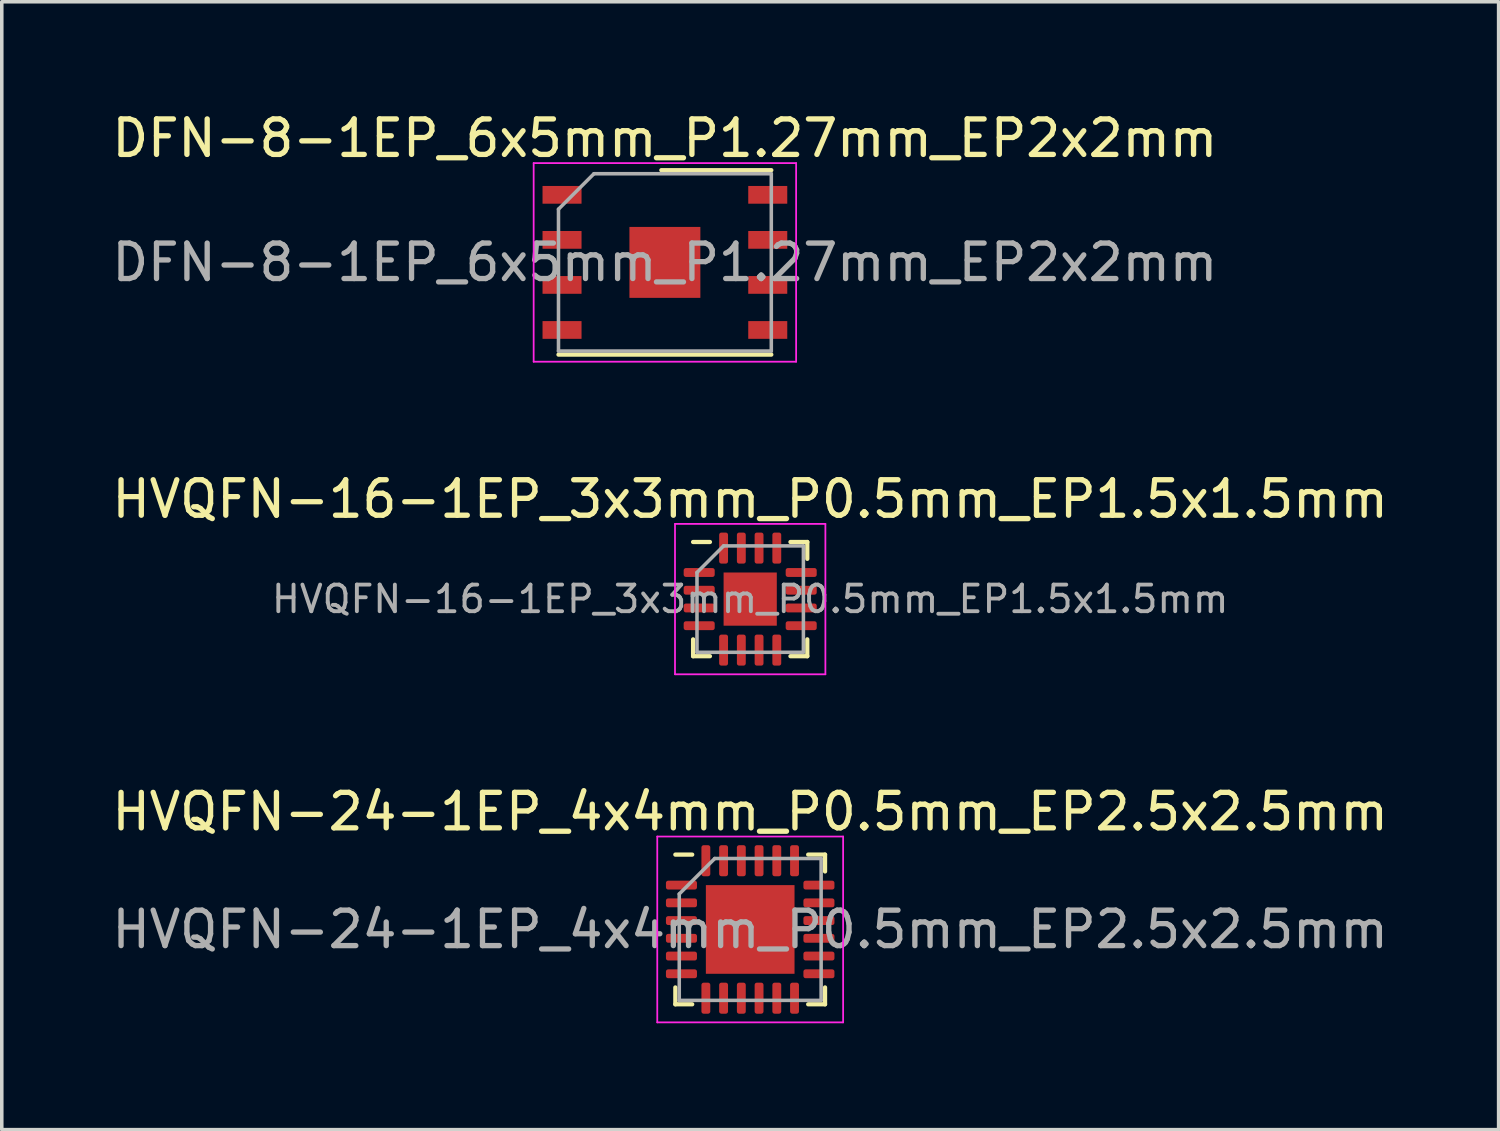
<source format=kicad_pcb>
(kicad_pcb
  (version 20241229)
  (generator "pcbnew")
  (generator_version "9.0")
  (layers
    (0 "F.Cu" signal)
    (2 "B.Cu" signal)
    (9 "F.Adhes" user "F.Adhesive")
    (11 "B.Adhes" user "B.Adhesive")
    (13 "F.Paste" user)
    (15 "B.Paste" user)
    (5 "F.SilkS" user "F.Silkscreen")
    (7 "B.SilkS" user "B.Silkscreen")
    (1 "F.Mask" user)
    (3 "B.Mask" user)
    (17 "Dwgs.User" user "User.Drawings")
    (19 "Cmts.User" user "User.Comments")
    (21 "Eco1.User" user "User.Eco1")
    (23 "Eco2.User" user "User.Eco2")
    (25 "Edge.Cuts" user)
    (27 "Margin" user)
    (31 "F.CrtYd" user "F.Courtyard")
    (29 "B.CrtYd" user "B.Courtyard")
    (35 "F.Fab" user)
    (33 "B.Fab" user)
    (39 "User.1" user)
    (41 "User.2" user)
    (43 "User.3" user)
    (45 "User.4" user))
  (footprint "DFN-8-1EP_6x5mm_P1.27mm_EP2x2mm"
    (layer "F.Cu")
    (at 15.696 4.348)
    (property "Reference" "DFN-8-1EP_6x5mm_P1.27mm_EP2x2mm" (at 0 -3.5 0) (layer "F.SilkS") (effects (font (size 1 1) (thickness 0.15))))
    (attr smd)
    (fp_line (start -3 2.6) (end 3 2.6) (stroke (width 0.12) (type solid)) (layer "F.SilkS"))
    (fp_line (start -0.1 -2.6) (end 3 -2.6) (stroke (width 0.12) (type solid)) (layer "F.SilkS"))
    (fp_line (start -3.7 -2.8) (end 3.7 -2.8) (stroke (width 0.05) (type solid)) (layer "F.CrtYd"))
    (fp_line (start -3.7 2.8) (end -3.7 -2.8) (stroke (width 0.05) (type solid)) (layer "F.CrtYd"))
    (fp_line (start 3.7 -2.8) (end 3.7 2.8) (stroke (width 0.05) (type solid)) (layer "F.CrtYd"))
    (fp_line (start 3.7 2.8) (end -3.7 2.8) (stroke (width 0.05) (type solid)) (layer "F.CrtYd"))
    (fp_line (start -3 2.5) (end -3 -1.5) (stroke (width 0.1) (type solid)) (layer "F.Fab"))
    (fp_line (start -2 -2.5) (end -3 -1.5) (stroke (width 0.1) (type solid)) (layer "F.Fab"))
    (fp_line (start -2 -2.5) (end 3 -2.5) (stroke (width 0.1) (type solid)) (layer "F.Fab"))
    (fp_line (start 3 -2.5) (end 3 2.5) (stroke (width 0.1) (type solid)) (layer "F.Fab"))
    (fp_line (start 3 2.5) (end -3 2.5) (stroke (width 0.1) (type solid)) (layer "F.Fab"))
    (fp_text user "${REFERENCE}" (at 0 0 0) (layer "F.Fab") (effects (font (size 1 1) (thickness 0.15))))
    (pad "" smd rect (at -0.5 -0.5 270) (size 0.8 0.8) (layers "F.Paste"))
    (pad "" smd rect (at -0.5 0.5 270) (size 0.8 0.8) (layers "F.Paste"))
    (pad "" smd rect (at 0.5 -0.5 270) (size 0.8 0.8) (layers "F.Paste"))
    (pad "" smd rect (at 0.5 0.5 270) (size 0.8 0.8) (layers "F.Paste"))
    (pad "1" smd rect (at -2.9 -1.905 270) (size 0.5 1.1) (layers "F.Cu" "F.Mask" "F.Paste"))
    (pad "2" smd rect (at -2.9 -0.635 270) (size 0.5 1.1) (layers "F.Cu" "F.Mask" "F.Paste"))
    (pad "3" smd rect (at -2.9 0.635 270) (size 0.5 1.1) (layers "F.Cu" "F.Mask" "F.Paste"))
    (pad "4" smd rect (at -2.9 1.905 270) (size 0.5 1.1) (layers "F.Cu" "F.Mask" "F.Paste"))
    (pad "5" smd rect (at 2.9 1.905 270) (size 0.5 1.1) (layers "F.Cu" "F.Mask" "F.Paste"))
    (pad "6" smd rect (at 2.9 0.635 270) (size 0.5 1.1) (layers "F.Cu" "F.Mask" "F.Paste"))
    (pad "7" smd rect (at 2.9 -0.635 270) (size 0.5 1.1) (layers "F.Cu" "F.Mask" "F.Paste"))
    (pad "8" smd rect (at 2.9 -1.905 270) (size 0.5 1.1) (layers "F.Cu" "F.Mask" "F.Paste"))
    (pad "9" smd rect (at 0 0 270) (size 2 2) (layers "F.Cu" "F.Mask")))
  (footprint "HVQFN-24-1EP_4x4mm_P0.5mm_EP2.5x2.5mm"
    (layer "F.Cu")
    (at 18.101 23.155)
    (property "Reference" "HVQFN-24-1EP_4x4mm_P0.5mm_EP2.5x2.5mm" (at 0 -3.32 0) (layer "F.SilkS") (effects (font (size 1 1) (thickness 0.15))))
    (attr smd)
    (fp_line (start -2.11 2.11) (end -2.11 1.635) (stroke (width 0.12) (type solid)) (layer "F.SilkS"))
    (fp_line (start -1.635 -2.11) (end -2.11 -2.11) (stroke (width 0.12) (type solid)) (layer "F.SilkS"))
    (fp_line (start -1.635 2.11) (end -2.11 2.11) (stroke (width 0.12) (type solid)) (layer "F.SilkS"))
    (fp_line (start 1.635 -2.11) (end 2.11 -2.11) (stroke (width 0.12) (type solid)) (layer "F.SilkS"))
    (fp_line (start 1.635 2.11) (end 2.11 2.11) (stroke (width 0.12) (type solid)) (layer "F.SilkS"))
    (fp_line (start 2.11 -2.11) (end 2.11 -1.635) (stroke (width 0.12) (type solid)) (layer "F.SilkS"))
    (fp_line (start 2.11 2.11) (end 2.11 1.635) (stroke (width 0.12) (type solid)) (layer "F.SilkS"))
    (fp_line (start -2.62 -2.62) (end -2.62 2.62) (stroke (width 0.05) (type solid)) (layer "F.CrtYd"))
    (fp_line (start -2.62 2.62) (end 2.62 2.62) (stroke (width 0.05) (type solid)) (layer "F.CrtYd"))
    (fp_line (start 2.62 -2.62) (end -2.62 -2.62) (stroke (width 0.05) (type solid)) (layer "F.CrtYd"))
    (fp_line (start 2.62 2.62) (end 2.62 -2.62) (stroke (width 0.05) (type solid)) (layer "F.CrtYd"))
    (fp_line (start -2 -1) (end -1 -2) (stroke (width 0.1) (type solid)) (layer "F.Fab"))
    (fp_line (start -2 2) (end -2 -1) (stroke (width 0.1) (type solid)) (layer "F.Fab"))
    (fp_line (start -1 -2) (end 2 -2) (stroke (width 0.1) (type solid)) (layer "F.Fab"))
    (fp_line (start 2 -2) (end 2 2) (stroke (width 0.1) (type solid)) (layer "F.Fab"))
    (fp_line (start 2 2) (end -2 2) (stroke (width 0.1) (type solid)) (layer "F.Fab"))
    (fp_text user "${REFERENCE}" (at 0 0 0) (layer "F.Fab") (effects (font (size 1 1) (thickness 0.15))))
    (pad "" smd roundrect (at -0.625 -0.625) (size 1.01 1.01) (layers "F.Paste") (roundrect_rratio 0.248))
    (pad "" smd roundrect (at -0.625 0.625) (size 1.01 1.01) (layers "F.Paste") (roundrect_rratio 0.248))
    (pad "" smd roundrect (at 0.625 -0.625) (size 1.01 1.01) (layers "F.Paste") (roundrect_rratio 0.248))
    (pad "" smd roundrect (at 0.625 0.625) (size 1.01 1.01) (layers "F.Paste") (roundrect_rratio 0.248))
    (pad "1" smd roundrect (at -1.938 -1.25) (size 0.875 0.25) (layers "F.Cu" "F.Mask" "F.Paste") (roundrect_rratio 0.25))
    (pad "2" smd roundrect (at -1.938 -0.75) (size 0.875 0.25) (layers "F.Cu" "F.Mask" "F.Paste") (roundrect_rratio 0.25))
    (pad "3" smd roundrect (at -1.938 -0.25) (size 0.875 0.25) (layers "F.Cu" "F.Mask" "F.Paste") (roundrect_rratio 0.25))
    (pad "4" smd roundrect (at -1.938 0.25) (size 0.875 0.25) (layers "F.Cu" "F.Mask" "F.Paste") (roundrect_rratio 0.25))
    (pad "5" smd roundrect (at -1.938 0.75) (size 0.875 0.25) (layers "F.Cu" "F.Mask" "F.Paste") (roundrect_rratio 0.25))
    (pad "6" smd roundrect (at -1.938 1.25) (size 0.875 0.25) (layers "F.Cu" "F.Mask" "F.Paste") (roundrect_rratio 0.25))
    (pad "7" smd roundrect (at -1.25 1.938) (size 0.25 0.875) (layers "F.Cu" "F.Mask" "F.Paste") (roundrect_rratio 0.25))
    (pad "8" smd roundrect (at -0.75 1.938) (size 0.25 0.875) (layers "F.Cu" "F.Mask" "F.Paste") (roundrect_rratio 0.25))
    (pad "9" smd roundrect (at -0.25 1.938) (size 0.25 0.875) (layers "F.Cu" "F.Mask" "F.Paste") (roundrect_rratio 0.25))
    (pad "10" smd roundrect (at 0.25 1.938) (size 0.25 0.875) (layers "F.Cu" "F.Mask" "F.Paste") (roundrect_rratio 0.25))
    (pad "11" smd roundrect (at 0.75 1.938) (size 0.25 0.875) (layers "F.Cu" "F.Mask" "F.Paste") (roundrect_rratio 0.25))
    (pad "12" smd roundrect (at 1.25 1.938) (size 0.25 0.875) (layers "F.Cu" "F.Mask" "F.Paste") (roundrect_rratio 0.25))
    (pad "13" smd roundrect (at 1.938 1.25) (size 0.875 0.25) (layers "F.Cu" "F.Mask" "F.Paste") (roundrect_rratio 0.25))
    (pad "14" smd roundrect (at 1.938 0.75) (size 0.875 0.25) (layers "F.Cu" "F.Mask" "F.Paste") (roundrect_rratio 0.25))
    (pad "15" smd roundrect (at 1.938 0.25) (size 0.875 0.25) (layers "F.Cu" "F.Mask" "F.Paste") (roundrect_rratio 0.25))
    (pad "16" smd roundrect (at 1.938 -0.25) (size 0.875 0.25) (layers "F.Cu" "F.Mask" "F.Paste") (roundrect_rratio 0.25))
    (pad "17" smd roundrect (at 1.938 -0.75) (size 0.875 0.25) (layers "F.Cu" "F.Mask" "F.Paste") (roundrect_rratio 0.25))
    (pad "18" smd roundrect (at 1.938 -1.25) (size 0.875 0.25) (layers "F.Cu" "F.Mask" "F.Paste") (roundrect_rratio 0.25))
    (pad "19" smd roundrect (at 1.25 -1.938) (size 0.25 0.875) (layers "F.Cu" "F.Mask" "F.Paste") (roundrect_rratio 0.25))
    (pad "20" smd roundrect (at 0.75 -1.938) (size 0.25 0.875) (layers "F.Cu" "F.Mask" "F.Paste") (roundrect_rratio 0.25))
    (pad "21" smd roundrect (at 0.25 -1.938) (size 0.25 0.875) (layers "F.Cu" "F.Mask" "F.Paste") (roundrect_rratio 0.25))
    (pad "22" smd roundrect (at -0.25 -1.938) (size 0.25 0.875) (layers "F.Cu" "F.Mask" "F.Paste") (roundrect_rratio 0.25))
    (pad "23" smd roundrect (at -0.75 -1.938) (size 0.25 0.875) (layers "F.Cu" "F.Mask" "F.Paste") (roundrect_rratio 0.25))
    (pad "24" smd roundrect (at -1.25 -1.938) (size 0.25 0.875) (layers "F.Cu" "F.Mask" "F.Paste") (roundrect_rratio 0.25))
    (pad "25" smd rect (at 0 0) (size 2.5 2.5) (layers "F.Cu" "F.Mask")))
  (footprint "HVQFN-16-1EP_3x3mm_P0.5mm_EP1.5x1.5mm"
    (layer "F.Cu")
    (at 18.101 13.841)
    (property "Reference" "HVQFN-16-1EP_3x3mm_P0.5mm_EP1.5x1.5mm" (at 0 -2.82 0) (layer "F.SilkS") (effects (font (size 1 1) (thickness 0.15))))
    (attr smd)
    (fp_line (start -1.61 1.61) (end -1.61 1.135) (stroke (width 0.12) (type solid)) (layer "F.SilkS"))
    (fp_line (start -1.135 -1.61) (end -1.61 -1.61) (stroke (width 0.12) (type solid)) (layer "F.SilkS"))
    (fp_line (start -1.135 1.61) (end -1.61 1.61) (stroke (width 0.12) (type solid)) (layer "F.SilkS"))
    (fp_line (start 1.135 -1.61) (end 1.61 -1.61) (stroke (width 0.12) (type solid)) (layer "F.SilkS"))
    (fp_line (start 1.135 1.61) (end 1.61 1.61) (stroke (width 0.12) (type solid)) (layer "F.SilkS"))
    (fp_line (start 1.61 -1.61) (end 1.61 -1.135) (stroke (width 0.12) (type solid)) (layer "F.SilkS"))
    (fp_line (start 1.61 1.61) (end 1.61 1.135) (stroke (width 0.12) (type solid)) (layer "F.SilkS"))
    (fp_line (start -2.12 -2.12) (end -2.12 2.12) (stroke (width 0.05) (type solid)) (layer "F.CrtYd"))
    (fp_line (start -2.12 2.12) (end 2.12 2.12) (stroke (width 0.05) (type solid)) (layer "F.CrtYd"))
    (fp_line (start 2.12 -2.12) (end -2.12 -2.12) (stroke (width 0.05) (type solid)) (layer "F.CrtYd"))
    (fp_line (start 2.12 2.12) (end 2.12 -2.12) (stroke (width 0.05) (type solid)) (layer "F.CrtYd"))
    (fp_line (start -1.5 -0.75) (end -0.75 -1.5) (stroke (width 0.1) (type solid)) (layer "F.Fab"))
    (fp_line (start -1.5 1.5) (end -1.5 -0.75) (stroke (width 0.1) (type solid)) (layer "F.Fab"))
    (fp_line (start -0.75 -1.5) (end 1.5 -1.5) (stroke (width 0.1) (type solid)) (layer "F.Fab"))
    (fp_line (start 1.5 -1.5) (end 1.5 1.5) (stroke (width 0.1) (type solid)) (layer "F.Fab"))
    (fp_line (start 1.5 1.5) (end -1.5 1.5) (stroke (width 0.1) (type solid)) (layer "F.Fab"))
    (fp_text user "${REFERENCE}" (at 0 0 0) (layer "F.Fab") (effects (font (size 0.75 0.75) (thickness 0.11))))
    (pad "" smd roundrect (at -0.375 -0.375) (size 0.6 0.6) (layers "F.Paste") (roundrect_rratio 0.25))
    (pad "" smd roundrect (at -0.375 0.375) (size 0.6 0.6) (layers "F.Paste") (roundrect_rratio 0.25))
    (pad "" smd roundrect (at 0.375 -0.375) (size 0.6 0.6) (layers "F.Paste") (roundrect_rratio 0.25))
    (pad "" smd roundrect (at 0.375 0.375) (size 0.6 0.6) (layers "F.Paste") (roundrect_rratio 0.25))
    (pad "1" smd roundrect (at -1.438 -0.75) (size 0.875 0.25) (layers "F.Cu" "F.Mask" "F.Paste") (roundrect_rratio 0.25))
    (pad "2" smd roundrect (at -1.438 -0.25) (size 0.875 0.25) (layers "F.Cu" "F.Mask" "F.Paste") (roundrect_rratio 0.25))
    (pad "3" smd roundrect (at -1.438 0.25) (size 0.875 0.25) (layers "F.Cu" "F.Mask" "F.Paste") (roundrect_rratio 0.25))
    (pad "4" smd roundrect (at -1.438 0.75) (size 0.875 0.25) (layers "F.Cu" "F.Mask" "F.Paste") (roundrect_rratio 0.25))
    (pad "5" smd roundrect (at -0.75 1.438) (size 0.25 0.875) (layers "F.Cu" "F.Mask" "F.Paste") (roundrect_rratio 0.25))
    (pad "6" smd roundrect (at -0.25 1.438) (size 0.25 0.875) (layers "F.Cu" "F.Mask" "F.Paste") (roundrect_rratio 0.25))
    (pad "7" smd roundrect (at 0.25 1.438) (size 0.25 0.875) (layers "F.Cu" "F.Mask" "F.Paste") (roundrect_rratio 0.25))
    (pad "8" smd roundrect (at 0.75 1.438) (size 0.25 0.875) (layers "F.Cu" "F.Mask" "F.Paste") (roundrect_rratio 0.25))
    (pad "9" smd roundrect (at 1.438 0.75) (size 0.875 0.25) (layers "F.Cu" "F.Mask" "F.Paste") (roundrect_rratio 0.25))
    (pad "10" smd roundrect (at 1.438 0.25) (size 0.875 0.25) (layers "F.Cu" "F.Mask" "F.Paste") (roundrect_rratio 0.25))
    (pad "11" smd roundrect (at 1.438 -0.25) (size 0.875 0.25) (layers "F.Cu" "F.Mask" "F.Paste") (roundrect_rratio 0.25))
    (pad "12" smd roundrect (at 1.438 -0.75) (size 0.875 0.25) (layers "F.Cu" "F.Mask" "F.Paste") (roundrect_rratio 0.25))
    (pad "13" smd roundrect (at 0.75 -1.438) (size 0.25 0.875) (layers "F.Cu" "F.Mask" "F.Paste") (roundrect_rratio 0.25))
    (pad "14" smd roundrect (at 0.25 -1.438) (size 0.25 0.875) (layers "F.Cu" "F.Mask" "F.Paste") (roundrect_rratio 0.25))
    (pad "15" smd roundrect (at -0.25 -1.438) (size 0.25 0.875) (layers "F.Cu" "F.Mask" "F.Paste") (roundrect_rratio 0.25))
    (pad "16" smd roundrect (at -0.75 -1.438) (size 0.25 0.875) (layers "F.Cu" "F.Mask" "F.Paste") (roundrect_rratio 0.25))
    (pad "17" smd rect (at 0 0) (size 1.5 1.5) (layers "F.Cu" "F.Mask")))
  (gr_rect
    (start -3 -3)
    (end 39.202 28.8)
    (stroke (width 0.1) (type default))
    (fill no)
    (layer "Edge.Cuts")))
</source>
